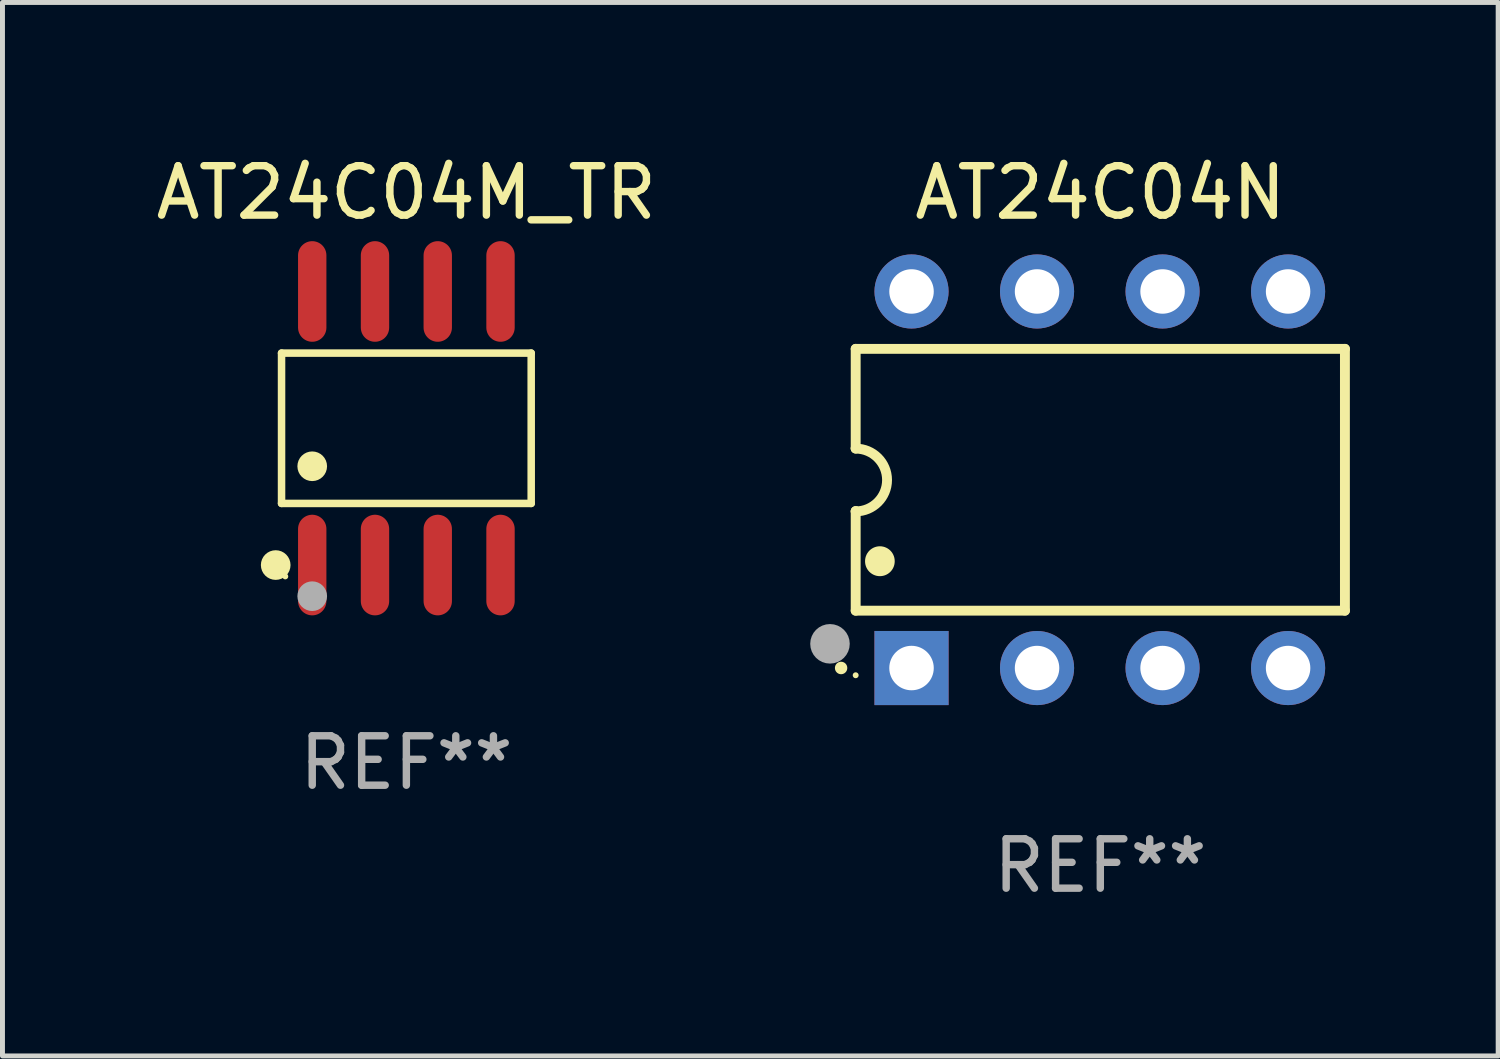
<source format=kicad_pcb>
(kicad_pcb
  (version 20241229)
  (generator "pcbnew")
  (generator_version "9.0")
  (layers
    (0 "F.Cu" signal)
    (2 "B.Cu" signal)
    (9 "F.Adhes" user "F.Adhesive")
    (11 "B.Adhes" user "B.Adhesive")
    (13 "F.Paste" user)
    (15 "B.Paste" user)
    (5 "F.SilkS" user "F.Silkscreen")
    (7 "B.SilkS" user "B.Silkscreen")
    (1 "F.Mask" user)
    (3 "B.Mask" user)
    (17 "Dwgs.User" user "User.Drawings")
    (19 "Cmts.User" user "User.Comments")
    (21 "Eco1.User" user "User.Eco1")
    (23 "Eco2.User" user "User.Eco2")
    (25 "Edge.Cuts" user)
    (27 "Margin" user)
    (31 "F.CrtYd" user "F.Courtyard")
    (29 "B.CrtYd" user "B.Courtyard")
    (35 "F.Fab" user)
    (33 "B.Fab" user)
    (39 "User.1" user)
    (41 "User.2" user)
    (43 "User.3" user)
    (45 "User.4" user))
  (footprint "AT24C04M_TR"
    (layer "F.Cu")
    (at 5.173 5.616)
    (property "Reference" "AT24C04M_TR" (at 0 -4.768 0) (layer "F.SilkS") (effects (font (size 1 1) (thickness 0.15))))
    (attr through_hole)
    (fp_line (start -2.526 -1.521) (end 2.526 -1.521) (stroke (width 0.152) (type solid)) (layer "F.SilkS"))
    (fp_line (start -2.526 1.521) (end -2.526 -1.521) (stroke (width 0.152) (type solid)) (layer "F.SilkS"))
    (fp_line (start 2.526 -1.521) (end 2.526 1.521) (stroke (width 0.152) (type solid)) (layer "F.SilkS"))
    (fp_line (start 2.526 1.521) (end -2.526 1.521) (stroke (width 0.152) (type solid)) (layer "F.SilkS"))
    (fp_circle (center -2.644 2.768) (end -2.494 2.768) (stroke (width 0.3) (type solid)) (fill no) (layer "F.SilkS"))
    (fp_circle (center -2.45 2.998) (end -2.42 2.998) (stroke (width 0.06) (type solid)) (fill no) (layer "F.SilkS"))
    (fp_circle (center -1.905 0.769) (end -1.755 0.769) (stroke (width 0.3) (type solid)) (fill no) (layer "F.SilkS"))
    (fp_circle (center -1.905 3.398) (end -1.755 3.398) (stroke (width 0.3) (type solid)) (fill no) (layer "F.Fab"))
    (fp_text user "REF**" (at 0 6.768 0) (layer "F.Fab") (effects (font (size 1 1) (thickness 0.15))))
    (pad "1" smd oval (at -1.905 2.768) (size 0.574 2.036) (layers "F.Cu" "F.Mask" "F.Paste"))
    (pad "2" smd oval (at -0.635 2.768) (size 0.574 2.036) (layers "F.Cu" "F.Mask" "F.Paste"))
    (pad "3" smd oval (at 0.635 2.768) (size 0.574 2.036) (layers "F.Cu" "F.Mask" "F.Paste"))
    (pad "4" smd oval (at 1.905 2.768) (size 0.574 2.036) (layers "F.Cu" "F.Mask" "F.Paste"))
    (pad "5" smd oval (at 1.905 -2.768) (size 0.574 2.036) (layers "F.Cu" "F.Mask" "F.Paste"))
    (pad "6" smd oval (at 0.635 -2.768) (size 0.574 2.036) (layers "F.Cu" "F.Mask" "F.Paste"))
    (pad "7" smd oval (at -0.635 -2.768) (size 0.574 2.036) (layers "F.Cu" "F.Mask" "F.Paste"))
    (pad "8" smd oval (at -1.905 -2.768) (size 0.574 2.036) (layers "F.Cu" "F.Mask" "F.Paste")))
  (footprint "AT24C04N"
    (layer "F.Cu")
    (at 19.215 6.658)
    (property "Reference" "AT24C04N" (at 0 -5.81 0) (layer "F.SilkS") (effects (font (size 1 1) (thickness 0.15))))
    (attr through_hole)
    (fp_line (start -4.95 -2.649) (end 4.95 -2.649) (stroke (width 0.2) (type solid)) (layer "F.SilkS"))
    (fp_line (start -4.95 -0.635) (end -4.95 -2.649) (stroke (width 0.2) (type solid)) (layer "F.SilkS"))
    (fp_line (start -4.95 0.635) (end -4.95 0.64) (stroke (width 0.2) (type solid)) (layer "F.SilkS"))
    (fp_line (start -4.95 2.649) (end -4.95 0.635) (stroke (width 0.2) (type solid)) (layer "F.SilkS"))
    (fp_line (start -4.95 -0.64) (end -4.95 -0.635) (stroke (width 0.2) (type solid)) (layer "F.SilkS"))
    (fp_line (start 4.95 -2.649) (end 4.95 2.649) (stroke (width 0.2) (type solid)) (layer "F.SilkS"))
    (fp_line (start 4.95 2.649) (end -4.95 2.649) (stroke (width 0.2) (type solid)) (layer "F.SilkS"))
    (fp_arc (start -5.24511 3.810008) (mid -5.245117 3.808738) (end -5.24511 3.807468) (stroke (width 0.25) (type solid)) (layer "F.SilkS"))
    (fp_arc (start -4.950165 -0.629997) (mid -4.315164 0.005004) (end -4.950165 0.640005) (stroke (width 0.2) (type solid)) (layer "F.SilkS"))
    (fp_arc (start -4.460249 1.651003) (mid -4.46026 1.648463) (end -4.460249 1.645923) (stroke (width 0.6) (type solid)) (layer "F.SilkS"))
    (fp_circle (center -4.95 3.956) (end -4.92 3.956) (stroke (width 0.06) (type solid)) (fill no) (layer "F.SilkS"))
    (fp_circle (center -5.47 3.32) (end -5.27 3.32) (stroke (width 0.4) (type solid)) (fill no) (layer "F.Fab"))
    (fp_text user "REF**" (at 0 7.81 0) (layer "F.Fab") (effects (font (size 1 1) (thickness 0.15))))
    (pad "1" thru_hole rect (at -3.82 3.81) (size 1.5 1.5) (drill 0.9) (layers "*.Cu" "*.Mask"))
    (pad "2" thru_hole circle (at -1.28 3.81) (size 1.5 1.5) (drill 0.9) (layers "*.Cu" "*.Mask"))
    (pad "3" thru_hole circle (at 1.26 3.81) (size 1.5 1.5) (drill 0.9) (layers "*.Cu" "*.Mask"))
    (pad "4" thru_hole circle (at 3.8 3.81) (size 1.5 1.5) (drill 0.9) (layers "*.Cu" "*.Mask"))
    (pad "5" thru_hole circle (at 3.8 -3.81) (size 1.5 1.5) (drill 0.9) (layers "*.Cu" "*.Mask"))
    (pad "6" thru_hole circle (at 1.26 -3.81) (size 1.5 1.5) (drill 0.9) (layers "*.Cu" "*.Mask"))
    (pad "7" thru_hole circle (at -1.28 -3.81) (size 1.5 1.5) (drill 0.9) (layers "*.Cu" "*.Mask"))
    (pad "8" thru_hole circle (at -3.82 -3.81) (size 1.5 1.5) (drill 0.9) (layers "*.Cu" "*.Mask")))
  (gr_rect
    (start -3 -3)
    (end 27.266 18.317)
    (stroke (width 0.1) (type default))
    (fill no)
    (layer "Edge.Cuts")))
</source>
